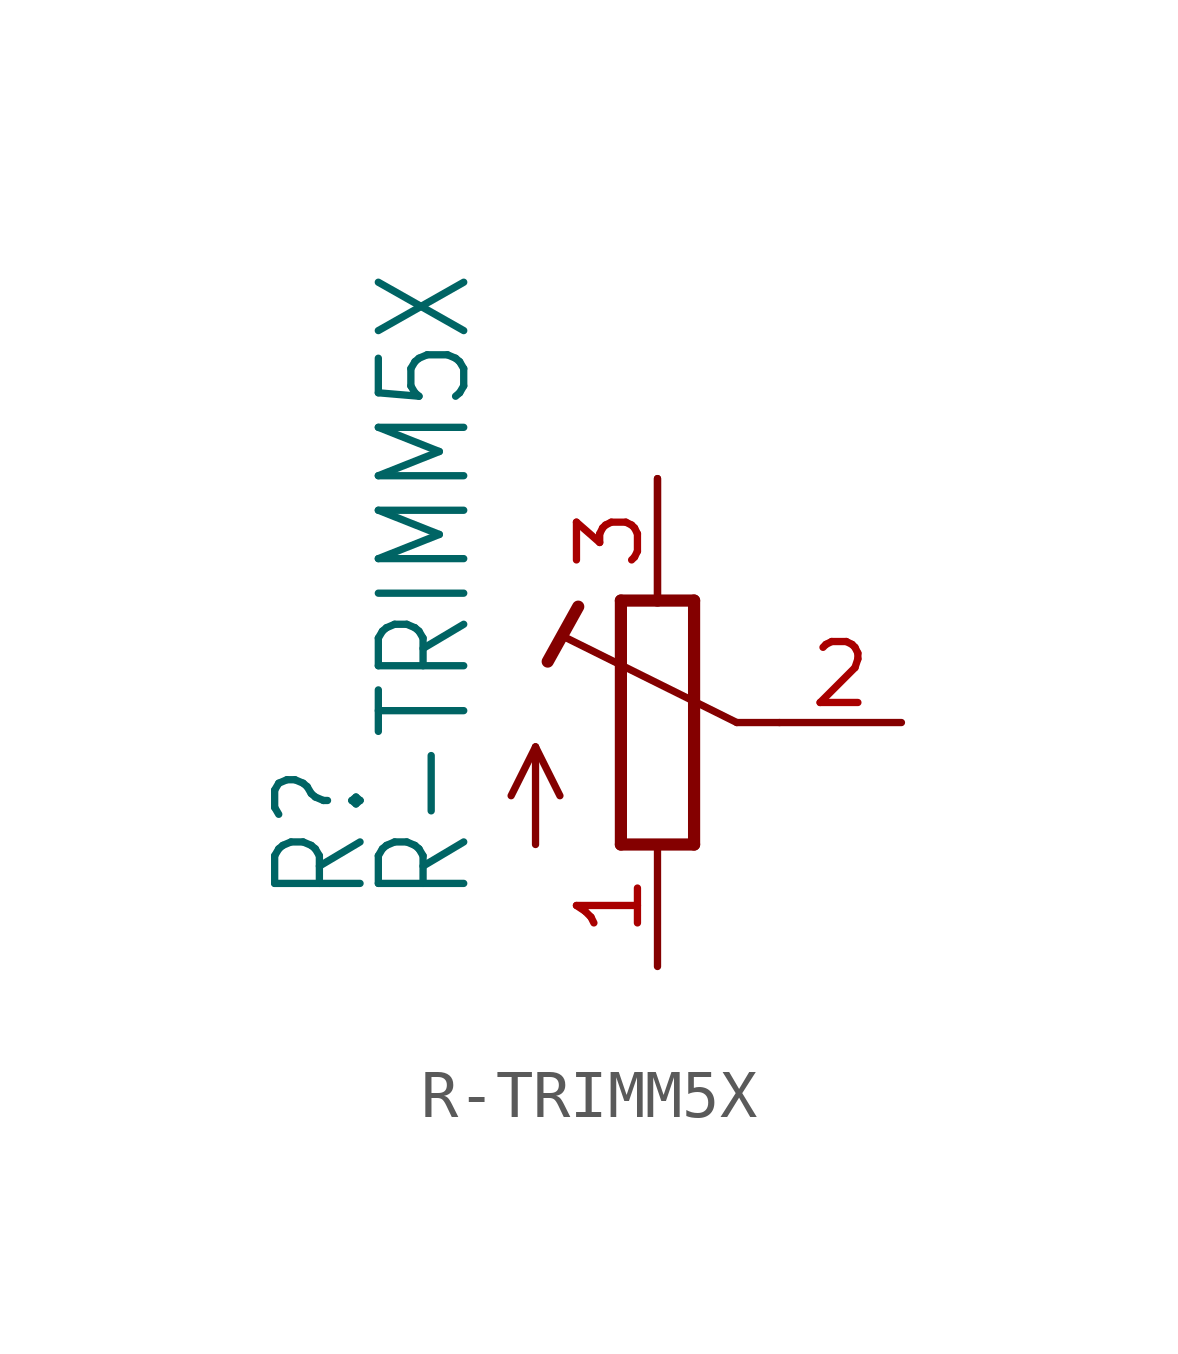
<source format=kicad_sym>
(kicad_symbol_lib
  (version 20211014)
  (generator kicad_symbol_editor)
  (symbol "R-TRIMM5X"
    (property "Reference" "R"
      (at -5.969 -3.81 90)
      (effects (font (size 1.778 1.511)) (justify left bottom)))
    (property "Value" "R-TRIMM5X"
      (at -3.81 -3.81 90)
      (effects (font (size 1.778 1.511)) (justify left bottom)))
    (property "ki_locked" ""
      (at 0 0 0)
      (effects (font (size 1.27 1.27))))
    (symbol "R-TRIMM5X_1_0"
      (polyline (pts (xy -2.54 -2.54) (xy -2.54 -0.508)) (stroke (width 0.152) (type default) (color 0 0 0 0)) (fill (type none)))
      (polyline (pts (xy -2.54 -0.508) (xy -3.048 -1.524)) (stroke (width 0.152) (type default) (color 0 0 0 0)) (fill (type none)))
      (polyline (pts (xy -2.54 -0.508) (xy -2.032 -1.524)) (stroke (width 0.152) (type default) (color 0 0 0 0)) (fill (type none)))
      (polyline (pts (xy -2.286 1.27) (xy -1.651 2.413)) (stroke (width 0.254) (type default) (color 0 0 0 0)) (fill (type none)))
      (polyline (pts (xy -0.762 -2.54) (xy 0.762 -2.54)) (stroke (width 0.254) (type default) (color 0 0 0 0)) (fill (type none)))
      (polyline (pts (xy -0.762 2.54) (xy -0.762 -2.54)) (stroke (width 0.254) (type default) (color 0 0 0 0)) (fill (type none)))
      (polyline (pts (xy 0 2.54) (xy -0.762 2.54)) (stroke (width 0.254) (type default) (color 0 0 0 0)) (fill (type none)))
      (polyline (pts (xy 0 2.54) (xy 0 5.08)) (stroke (width 0.152) (type default) (color 0 0 0 0)) (fill (type none)))
      (polyline (pts (xy 0.762 -2.54) (xy 0.762 2.54)) (stroke (width 0.254) (type default) (color 0 0 0 0)) (fill (type none)))
      (polyline (pts (xy 0.762 2.54) (xy 0 2.54)) (stroke (width 0.254) (type default) (color 0 0 0 0)) (fill (type none)))
      (polyline (pts (xy 1.651 0) (xy -1.88 1.753)) (stroke (width 0.152) (type default) (color 0 0 0 0)) (fill (type none)))
      (polyline (pts (xy 2.54 0) (xy 1.651 0)) (stroke (width 0.152) (type default) (color 0 0 0 0)) (fill (type none)))
      (pin passive line (at 0 -5.08 90) (length 2.54) (name "E" (effects (font (size 0 0)))) (number "1" (effects (font (size 1.27 1.27)))))
      (pin passive line (at 5.08 0 180) (length 2.54) (name "S" (effects (font (size 0 0)))) (number "2" (effects (font (size 1.27 1.27)))))
      (pin passive line (at 0 5.08 270) (length 2.54) (name "A" (effects (font (size 0 0)))) (number "3" (effects (font (size 1.27 1.27))))))))
</source>
